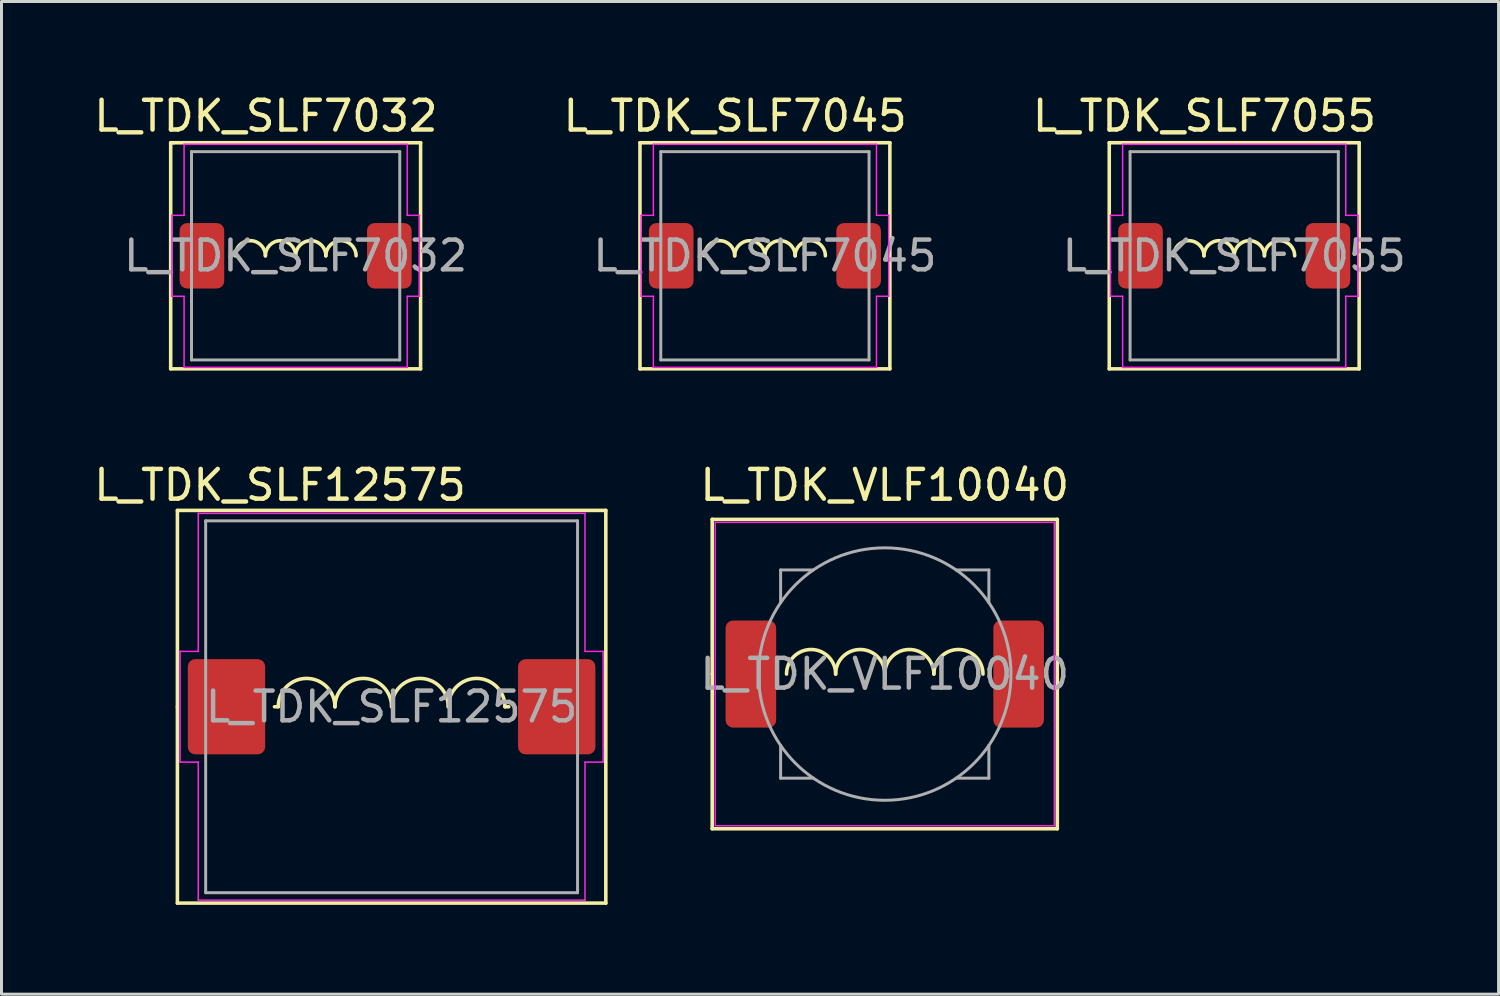
<source format=kicad_pcb>
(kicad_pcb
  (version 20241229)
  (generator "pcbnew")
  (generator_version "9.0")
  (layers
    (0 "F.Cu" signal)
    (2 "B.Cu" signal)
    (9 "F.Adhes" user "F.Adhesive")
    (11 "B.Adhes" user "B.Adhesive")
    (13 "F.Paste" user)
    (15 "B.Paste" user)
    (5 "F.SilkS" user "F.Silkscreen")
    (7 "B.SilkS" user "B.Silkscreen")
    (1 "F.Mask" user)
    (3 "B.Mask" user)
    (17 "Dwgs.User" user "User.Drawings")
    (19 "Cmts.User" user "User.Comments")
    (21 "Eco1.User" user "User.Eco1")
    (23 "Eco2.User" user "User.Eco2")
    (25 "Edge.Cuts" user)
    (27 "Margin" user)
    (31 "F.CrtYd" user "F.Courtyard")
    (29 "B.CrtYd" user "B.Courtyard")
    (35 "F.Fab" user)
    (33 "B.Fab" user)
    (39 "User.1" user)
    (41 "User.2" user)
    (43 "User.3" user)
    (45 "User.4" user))
  (footprint "L_TDK_SLF7055"
    (layer "F.Cu")
    (at 38.435 5.548)
    (property "Reference" "L_TDK_SLF7055" (at -1 -4.7 0) (layer "F.SilkS") (effects (font (size 1 1) (thickness 0.15))))
    (attr smd)
    (fp_line (start -4.2 -3.8) (end -4.2 3.8) (stroke (width 0.12) (type solid)) (layer "F.SilkS"))
    (fp_line (start -4.2 3.8) (end 4.2 3.8) (stroke (width 0.12) (type solid)) (layer "F.SilkS"))
    (fp_line (start 4.2 -3.8) (end -4.2 -3.8) (stroke (width 0.12) (type solid)) (layer "F.SilkS"))
    (fp_line (start 4.2 3.8) (end 4.2 -3.8) (stroke (width 0.12) (type solid)) (layer "F.SilkS"))
    (fp_arc (start -2.032 0) (mid -1.524 -0.508) (end -1.016 0) (stroke (width 0.12) (type solid)) (layer "F.SilkS"))
    (fp_arc (start -1.016 0) (mid -0.508 -0.508) (end 0 0) (stroke (width 0.12) (type solid)) (layer "F.SilkS"))
    (fp_arc (start 0 0) (mid 0.508 -0.508) (end 1.016 0) (stroke (width 0.12) (type solid)) (layer "F.SilkS"))
    (fp_arc (start 1.016 0) (mid 1.524 -0.508) (end 2.032 0) (stroke (width 0.12) (type solid)) (layer "F.SilkS"))
    (fp_line (start -4.16 -1.36) (end -4.16 1.36) (stroke (width 0.05) (type solid)) (layer "F.CrtYd"))
    (fp_line (start -4.16 1.36) (end -3.75 1.36) (stroke (width 0.05) (type solid)) (layer "F.CrtYd"))
    (fp_line (start -3.75 -3.75) (end -3.75 -1.36) (stroke (width 0.05) (type solid)) (layer "F.CrtYd"))
    (fp_line (start -3.75 -3.75) (end 3.75 -3.75) (stroke (width 0.05) (type solid)) (layer "F.CrtYd"))
    (fp_line (start -3.75 -1.36) (end -4.16 -1.36) (stroke (width 0.05) (type solid)) (layer "F.CrtYd"))
    (fp_line (start -3.75 1.36) (end -3.75 3.75) (stroke (width 0.05) (type solid)) (layer "F.CrtYd"))
    (fp_line (start -3.75 3.75) (end 3.75 3.75) (stroke (width 0.05) (type solid)) (layer "F.CrtYd"))
    (fp_line (start 3.75 -3.75) (end 3.75 -1.36) (stroke (width 0.05) (type solid)) (layer "F.CrtYd"))
    (fp_line (start 3.75 -1.36) (end 4.16 -1.36) (stroke (width 0.05) (type solid)) (layer "F.CrtYd"))
    (fp_line (start 3.75 1.36) (end 3.75 3.75) (stroke (width 0.05) (type solid)) (layer "F.CrtYd"))
    (fp_line (start 4.16 -1.36) (end 4.16 1.36) (stroke (width 0.05) (type solid)) (layer "F.CrtYd"))
    (fp_line (start 4.16 1.36) (end 3.75 1.36) (stroke (width 0.05) (type solid)) (layer "F.CrtYd"))
    (fp_line (start -3.5 -3.5) (end 3.5 -3.5) (stroke (width 0.1) (type solid)) (layer "F.Fab"))
    (fp_line (start -3.5 3.5) (end -3.5 -3.5) (stroke (width 0.1) (type solid)) (layer "F.Fab"))
    (fp_line (start 3.5 -3.5) (end 3.5 3.5) (stroke (width 0.1) (type solid)) (layer "F.Fab"))
    (fp_line (start 3.5 3.5) (end -3.5 3.5) (stroke (width 0.1) (type solid)) (layer "F.Fab"))
    (fp_text user "${REFERENCE}" (at 0 0 0) (layer "F.Fab") (effects (font (size 1 1) (thickness 0.15))))
    (pad "1" smd roundrect (at -3.15 0) (size 1.5 2.2) (layers "F.Cu" "F.Mask" "F.Paste") (roundrect_rratio 0.167))
    (pad "2" smd roundrect (at 3.15 0) (size 1.5 2.2) (layers "F.Cu" "F.Mask" "F.Paste") (roundrect_rratio 0.167)))
  (footprint "L_TDK_SLF12575"
    (layer "F.Cu")
    (at 10.113 20.706)
    (property "Reference" "L_TDK_SLF12575" (at -3.75 -7.45 0) (layer "F.SilkS") (effects (font (size 1 1) (thickness 0.15))))
    (attr smd)
    (fp_line (start -7.2 -6.6) (end 7.2 -6.6) (stroke (width 0.12) (type solid)) (layer "F.SilkS"))
    (fp_line (start -7.2 0) (end -7.2 -6.6) (stroke (width 0.12) (type solid)) (layer "F.SilkS"))
    (fp_line (start -7.2 6.6) (end -7.2 0) (stroke (width 0.12) (type solid)) (layer "F.SilkS"))
    (fp_line (start -3.81 0) (end -3.937 0) (stroke (width 0.12) (type solid)) (layer "F.SilkS"))
    (fp_line (start 3.81 0) (end 3.937 0) (stroke (width 0.12) (type solid)) (layer "F.SilkS"))
    (fp_line (start 7.2 -6.6) (end 7.2 6.6) (stroke (width 0.12) (type solid)) (layer "F.SilkS"))
    (fp_line (start 7.2 6.6) (end -7.2 6.6) (stroke (width 0.12) (type solid)) (layer "F.SilkS"))
    (fp_arc (start -3.81 0) (mid -2.8575 -0.9525) (end -1.905 0) (stroke (width 0.12) (type solid)) (layer "F.SilkS"))
    (fp_arc (start -1.905 0) (mid -0.9525 -0.9525) (end 0 0) (stroke (width 0.12) (type solid)) (layer "F.SilkS"))
    (fp_arc (start 0 0) (mid 0.9525 -0.9525) (end 1.905 0) (stroke (width 0.12) (type solid)) (layer "F.SilkS"))
    (fp_arc (start 1.905 0) (mid 2.8575 -0.9525) (end 3.81 0) (stroke (width 0.12) (type solid)) (layer "F.SilkS"))
    (fp_line (start -7.11 -1.86) (end -7.11 1.86) (stroke (width 0.05) (type solid)) (layer "F.CrtYd"))
    (fp_line (start -7.11 1.86) (end -6.5 1.86) (stroke (width 0.05) (type solid)) (layer "F.CrtYd"))
    (fp_line (start -6.5 -6.5) (end -6.5 -1.86) (stroke (width 0.05) (type solid)) (layer "F.CrtYd"))
    (fp_line (start -6.5 -6.5) (end 6.5 -6.5) (stroke (width 0.05) (type solid)) (layer "F.CrtYd"))
    (fp_line (start -6.5 -1.86) (end -7.11 -1.86) (stroke (width 0.05) (type solid)) (layer "F.CrtYd"))
    (fp_line (start -6.5 1.86) (end -6.5 6.5) (stroke (width 0.05) (type solid)) (layer "F.CrtYd"))
    (fp_line (start -6.5 6.5) (end 6.5 6.5) (stroke (width 0.05) (type solid)) (layer "F.CrtYd"))
    (fp_line (start 6.5 -6.5) (end 6.5 -1.86) (stroke (width 0.05) (type solid)) (layer "F.CrtYd"))
    (fp_line (start 6.5 -1.86) (end 7.11 -1.86) (stroke (width 0.05) (type solid)) (layer "F.CrtYd"))
    (fp_line (start 6.5 1.86) (end 6.5 6.5) (stroke (width 0.05) (type solid)) (layer "F.CrtYd"))
    (fp_line (start 7.11 -1.86) (end 7.11 1.86) (stroke (width 0.05) (type solid)) (layer "F.CrtYd"))
    (fp_line (start 7.11 1.86) (end 6.5 1.86) (stroke (width 0.05) (type solid)) (layer "F.CrtYd"))
    (fp_line (start -6.25 -6.25) (end 6.25 -6.25) (stroke (width 0.1) (type solid)) (layer "F.Fab"))
    (fp_line (start -6.25 6.25) (end -6.25 -6.25) (stroke (width 0.1) (type solid)) (layer "F.Fab"))
    (fp_line (start 6.25 -6.25) (end 6.25 6.25) (stroke (width 0.1) (type solid)) (layer "F.Fab"))
    (fp_line (start 6.25 6.25) (end -6.25 6.25) (stroke (width 0.1) (type solid)) (layer "F.Fab"))
    (fp_text user "${REFERENCE}" (at 0 0 0) (layer "F.Fab") (effects (font (size 1 1) (thickness 0.15))))
    (pad "1" smd roundrect (at -5.55 0) (size 2.6 3.2) (layers "F.Cu" "F.Mask" "F.Paste") (roundrect_rratio 0.096))
    (pad "2" smd roundrect (at 5.55 0) (size 2.6 3.2) (layers "F.Cu" "F.Mask" "F.Paste") (roundrect_rratio 0.096)))
  (footprint "L_TDK_VLF10040"
    (layer "F.Cu")
    (at 26.689 19.607)
    (property "Reference" "L_TDK_VLF10040" (at 0 -6.35 0) (layer "F.SilkS") (effects (font (size 1 1) (thickness 0.15))))
    (attr smd)
    (fp_line (start -5.8 -5.2) (end 5.8 -5.2) (stroke (width 0.12) (type solid)) (layer "F.SilkS"))
    (fp_line (start -5.8 0) (end -5.8 -5.2) (stroke (width 0.12) (type solid)) (layer "F.SilkS"))
    (fp_line (start -5.8 5.2) (end -5.8 0) (stroke (width 0.12) (type solid)) (layer "F.SilkS"))
    (fp_line (start 5.8 -5.2) (end 5.8 5.2) (stroke (width 0.12) (type solid)) (layer "F.SilkS"))
    (fp_line (start 5.8 5.2) (end -5.8 5.2) (stroke (width 0.12) (type solid)) (layer "F.SilkS"))
    (fp_arc (start -3.302 0) (mid -2.4765 -0.8255) (end -1.651 0) (stroke (width 0.12) (type solid)) (layer "F.SilkS"))
    (fp_arc (start -1.651 0) (mid -0.8255 -0.8255) (end 0 0) (stroke (width 0.12) (type solid)) (layer "F.SilkS"))
    (fp_arc (start 0 0) (mid 0.8255 -0.8255) (end 1.651 0) (stroke (width 0.12) (type solid)) (layer "F.SilkS"))
    (fp_arc (start 1.651 0) (mid 2.4765 -0.8255) (end 3.302 0) (stroke (width 0.12) (type solid)) (layer "F.SilkS"))
    (fp_rect (start -5.7 -5.1) (end 5.7 5.1) (stroke (width 0.05) (type solid)) (fill no) (layer "F.CrtYd"))
    (fp_line (start -3.5 -3.5) (end -2.4 -3.5) (stroke (width 0.1) (type solid)) (layer "F.Fab"))
    (fp_line (start -3.5 -2.4) (end -3.5 -3.5) (stroke (width 0.1) (type solid)) (layer "F.Fab"))
    (fp_line (start -3.5 2.4) (end -3.5 3.5) (stroke (width 0.1) (type solid)) (layer "F.Fab"))
    (fp_line (start -3.5 3.5) (end -2.4 3.5) (stroke (width 0.1) (type solid)) (layer "F.Fab"))
    (fp_line (start 3.5 -3.5) (end 2.4 -3.5) (stroke (width 0.1) (type solid)) (layer "F.Fab"))
    (fp_line (start 3.5 -3.5) (end 3.5 -2.4) (stroke (width 0.1) (type solid)) (layer "F.Fab"))
    (fp_line (start 3.5 2.4) (end 3.5 3.5) (stroke (width 0.1) (type solid)) (layer "F.Fab"))
    (fp_line (start 3.5 3.5) (end 2.4 3.5) (stroke (width 0.1) (type solid)) (layer "F.Fab"))
    (fp_circle (center 0 0) (end 3 3) (stroke (width 0.1) (type solid)) (fill no) (layer "F.Fab"))
    (fp_text user "${REFERENCE}" (at 0 0 0) (layer "F.Fab") (effects (font (size 1 1) (thickness 0.15))))
    (pad "1" smd roundrect (at -4.5 0) (size 1.7 3.6) (layers "F.Cu" "F.Mask" "F.Paste") (roundrect_rratio 0.147))
    (pad "2" smd roundrect (at 4.5 0) (size 1.7 3.6) (layers "F.Cu" "F.Mask" "F.Paste") (roundrect_rratio 0.147)))
  (footprint "L_TDK_SLF7045"
    (layer "F.Cu")
    (at 22.661 5.548)
    (property "Reference" "L_TDK_SLF7045" (at -1 -4.7 0) (layer "F.SilkS") (effects (font (size 1 1) (thickness 0.15))))
    (attr smd)
    (fp_line (start -4.2 -3.8) (end -4.2 3.8) (stroke (width 0.12) (type solid)) (layer "F.SilkS"))
    (fp_line (start -4.2 3.8) (end 4.2 3.8) (stroke (width 0.12) (type solid)) (layer "F.SilkS"))
    (fp_line (start 4.2 -3.8) (end -4.2 -3.8) (stroke (width 0.12) (type solid)) (layer "F.SilkS"))
    (fp_line (start 4.2 3.8) (end 4.2 -3.8) (stroke (width 0.12) (type solid)) (layer "F.SilkS"))
    (fp_arc (start -2.032 0) (mid -1.524 -0.508) (end -1.016 0) (stroke (width 0.12) (type solid)) (layer "F.SilkS"))
    (fp_arc (start -1.016 0) (mid -0.508 -0.508) (end 0 0) (stroke (width 0.12) (type solid)) (layer "F.SilkS"))
    (fp_arc (start 0 0) (mid 0.508 -0.508) (end 1.016 0) (stroke (width 0.12) (type solid)) (layer "F.SilkS"))
    (fp_arc (start 1.016 0) (mid 1.524 -0.508) (end 2.032 0) (stroke (width 0.12) (type solid)) (layer "F.SilkS"))
    (fp_line (start -4.16 -1.36) (end -4.16 1.36) (stroke (width 0.05) (type solid)) (layer "F.CrtYd"))
    (fp_line (start -4.16 1.36) (end -3.75 1.36) (stroke (width 0.05) (type solid)) (layer "F.CrtYd"))
    (fp_line (start -3.75 -3.75) (end -3.75 -1.36) (stroke (width 0.05) (type solid)) (layer "F.CrtYd"))
    (fp_line (start -3.75 -3.75) (end 3.75 -3.75) (stroke (width 0.05) (type solid)) (layer "F.CrtYd"))
    (fp_line (start -3.75 -1.36) (end -4.16 -1.36) (stroke (width 0.05) (type solid)) (layer "F.CrtYd"))
    (fp_line (start -3.75 1.36) (end -3.75 3.75) (stroke (width 0.05) (type solid)) (layer "F.CrtYd"))
    (fp_line (start -3.75 3.75) (end 3.75 3.75) (stroke (width 0.05) (type solid)) (layer "F.CrtYd"))
    (fp_line (start 3.75 -3.75) (end 3.75 -1.36) (stroke (width 0.05) (type solid)) (layer "F.CrtYd"))
    (fp_line (start 3.75 -1.36) (end 4.16 -1.36) (stroke (width 0.05) (type solid)) (layer "F.CrtYd"))
    (fp_line (start 3.75 1.36) (end 3.75 3.75) (stroke (width 0.05) (type solid)) (layer "F.CrtYd"))
    (fp_line (start 4.16 -1.36) (end 4.16 1.36) (stroke (width 0.05) (type solid)) (layer "F.CrtYd"))
    (fp_line (start 4.16 1.36) (end 3.75 1.36) (stroke (width 0.05) (type solid)) (layer "F.CrtYd"))
    (fp_line (start -3.5 -3.5) (end 3.5 -3.5) (stroke (width 0.1) (type solid)) (layer "F.Fab"))
    (fp_line (start -3.5 3.5) (end -3.5 -3.5) (stroke (width 0.1) (type solid)) (layer "F.Fab"))
    (fp_line (start 3.5 -3.5) (end 3.5 3.5) (stroke (width 0.1) (type solid)) (layer "F.Fab"))
    (fp_line (start 3.5 3.5) (end -3.5 3.5) (stroke (width 0.1) (type solid)) (layer "F.Fab"))
    (fp_text user "${REFERENCE}" (at 0 0 0) (layer "F.Fab") (effects (font (size 1 1) (thickness 0.15))))
    (pad "1" smd roundrect (at -3.15 0) (size 1.5 2.2) (layers "F.Cu" "F.Mask" "F.Paste") (roundrect_rratio 0.167))
    (pad "2" smd roundrect (at 3.15 0) (size 1.5 2.2) (layers "F.Cu" "F.Mask" "F.Paste") (roundrect_rratio 0.167)))
  (footprint "L_TDK_SLF7032"
    (layer "F.Cu")
    (at 6.887 5.548)
    (property "Reference" "L_TDK_SLF7032" (at -1 -4.7 0) (layer "F.SilkS") (effects (font (size 1 1) (thickness 0.15))))
    (attr smd)
    (fp_line (start -4.2 -3.8) (end -4.2 3.8) (stroke (width 0.12) (type solid)) (layer "F.SilkS"))
    (fp_line (start -4.2 3.8) (end 4.2 3.8) (stroke (width 0.12) (type solid)) (layer "F.SilkS"))
    (fp_line (start -4.1 -3.8) (end -4.2 -3.8) (stroke (width 0.12) (type solid)) (layer "F.SilkS"))
    (fp_line (start 4.2 -3.8) (end -4.1 -3.8) (stroke (width 0.12) (type solid)) (layer "F.SilkS"))
    (fp_line (start 4.2 3.8) (end 4.2 -3.8) (stroke (width 0.12) (type solid)) (layer "F.SilkS"))
    (fp_arc (start -2.032 0) (mid -1.524 -0.508) (end -1.016 0) (stroke (width 0.12) (type solid)) (layer "F.SilkS"))
    (fp_arc (start -1.016 0) (mid -0.508 -0.508) (end 0 0) (stroke (width 0.12) (type solid)) (layer "F.SilkS"))
    (fp_arc (start 0 0) (mid 0.508 -0.508) (end 1.016 0) (stroke (width 0.12) (type solid)) (layer "F.SilkS"))
    (fp_arc (start 1.016 0) (mid 1.524 -0.508) (end 2.032 0) (stroke (width 0.12) (type solid)) (layer "F.SilkS"))
    (fp_line (start -4.16 -1.36) (end -4.16 1.36) (stroke (width 0.05) (type solid)) (layer "F.CrtYd"))
    (fp_line (start -4.16 1.36) (end -3.75 1.36) (stroke (width 0.05) (type solid)) (layer "F.CrtYd"))
    (fp_line (start -3.75 -3.75) (end -3.75 -1.36) (stroke (width 0.05) (type solid)) (layer "F.CrtYd"))
    (fp_line (start -3.75 -3.75) (end 3.75 -3.75) (stroke (width 0.05) (type solid)) (layer "F.CrtYd"))
    (fp_line (start -3.75 -1.36) (end -4.16 -1.36) (stroke (width 0.05) (type solid)) (layer "F.CrtYd"))
    (fp_line (start -3.75 1.36) (end -3.75 3.75) (stroke (width 0.05) (type solid)) (layer "F.CrtYd"))
    (fp_line (start -3.75 3.75) (end 3.75 3.75) (stroke (width 0.05) (type solid)) (layer "F.CrtYd"))
    (fp_line (start 3.75 -3.75) (end 3.75 -1.36) (stroke (width 0.05) (type solid)) (layer "F.CrtYd"))
    (fp_line (start 3.75 -1.36) (end 4.16 -1.36) (stroke (width 0.05) (type solid)) (layer "F.CrtYd"))
    (fp_line (start 3.75 1.36) (end 3.75 3.75) (stroke (width 0.05) (type solid)) (layer "F.CrtYd"))
    (fp_line (start 4.16 -1.36) (end 4.16 1.36) (stroke (width 0.05) (type solid)) (layer "F.CrtYd"))
    (fp_line (start 4.16 1.36) (end 3.75 1.36) (stroke (width 0.05) (type solid)) (layer "F.CrtYd"))
    (fp_line (start -3.5 -3.5) (end 3.5 -3.5) (stroke (width 0.1) (type solid)) (layer "F.Fab"))
    (fp_line (start -3.5 3.5) (end -3.5 -3.5) (stroke (width 0.1) (type solid)) (layer "F.Fab"))
    (fp_line (start 3.5 -3.5) (end 3.5 3.5) (stroke (width 0.1) (type solid)) (layer "F.Fab"))
    (fp_line (start 3.5 3.5) (end -3.5 3.5) (stroke (width 0.1) (type solid)) (layer "F.Fab"))
    (fp_text user "${REFERENCE}" (at 0 0 0) (layer "F.Fab") (effects (font (size 1 1) (thickness 0.15))))
    (pad "1" smd roundrect (at -3.15 0) (size 1.5 2.2) (layers "F.Cu" "F.Mask" "F.Paste") (roundrect_rratio 0.167))
    (pad "2" smd roundrect (at 3.15 0) (size 1.5 2.2) (layers "F.Cu" "F.Mask" "F.Paste") (roundrect_rratio 0.167)))
  (gr_rect
    (start -3 -3)
    (end 47.321 30.366)
    (stroke (width 0.1) (type default))
    (fill no)
    (layer "Edge.Cuts")))
</source>
